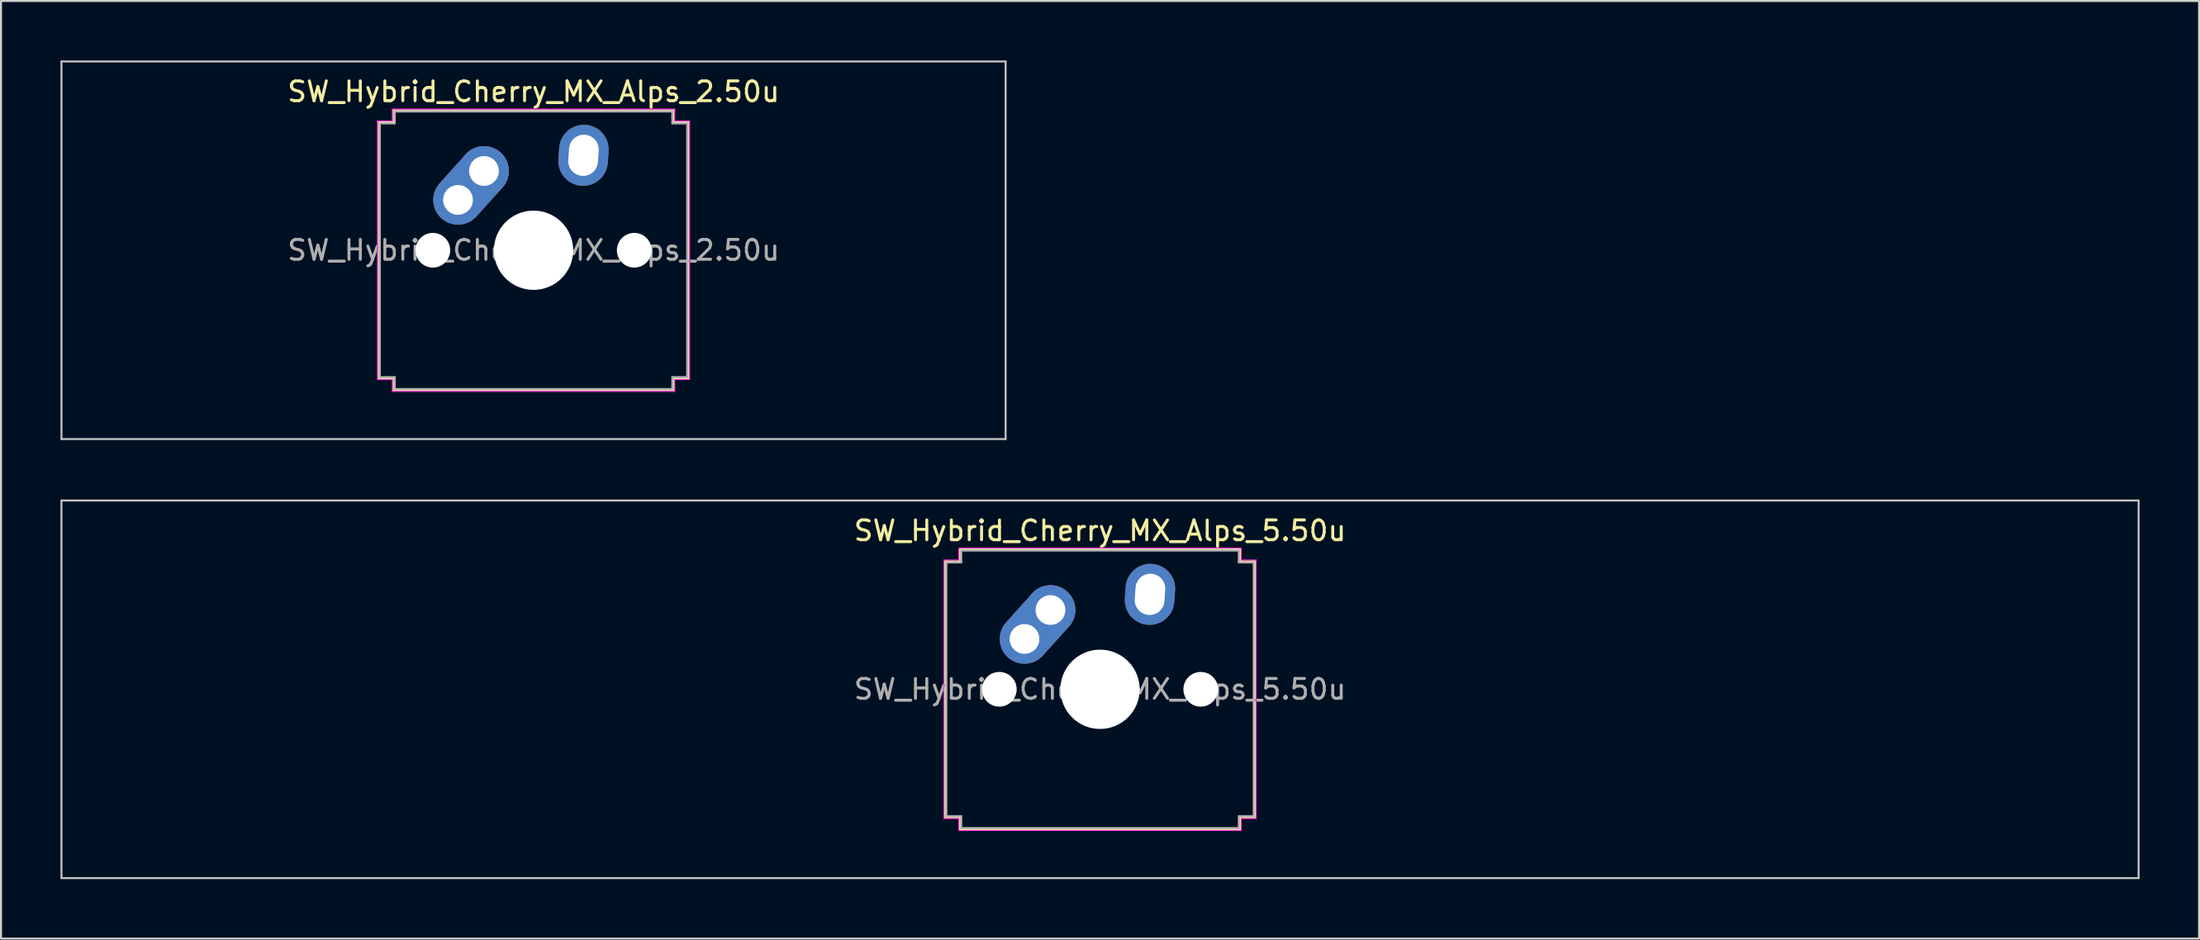
<source format=kicad_pcb>
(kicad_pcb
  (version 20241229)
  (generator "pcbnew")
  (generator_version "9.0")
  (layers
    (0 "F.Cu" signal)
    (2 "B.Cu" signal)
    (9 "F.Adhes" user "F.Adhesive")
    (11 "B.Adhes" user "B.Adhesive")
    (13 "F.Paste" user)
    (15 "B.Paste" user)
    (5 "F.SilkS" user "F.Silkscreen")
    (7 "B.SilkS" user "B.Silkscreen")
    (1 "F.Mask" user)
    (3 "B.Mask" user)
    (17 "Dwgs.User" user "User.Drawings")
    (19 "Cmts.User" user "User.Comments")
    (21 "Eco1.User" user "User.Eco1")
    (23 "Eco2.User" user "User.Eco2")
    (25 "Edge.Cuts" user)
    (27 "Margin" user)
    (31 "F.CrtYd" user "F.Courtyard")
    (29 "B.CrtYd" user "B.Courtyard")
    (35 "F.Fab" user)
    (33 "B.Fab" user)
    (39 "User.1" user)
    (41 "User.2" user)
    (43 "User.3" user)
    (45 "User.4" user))
  (footprint "SW_Hybrid_Cherry_MX_Alps_2.50u"
    (layer "F.Cu")
    (at 23.863 9.575)
    (property "Reference" "SW_Hybrid_Cherry_MX_Alps_2.50u" (at 0 -8 0) (layer "F.SilkS") (effects (font (size 1 1) (thickness 0.15))))
    (attr through_hole)
    (fp_line (start -7.8 -6.45) (end -7.05 -6.45) (stroke (width 0.12) (type solid)) (layer "F.SilkS"))
    (fp_line (start -7.8 6.45) (end -7.8 -6.45) (stroke (width 0.12) (type solid)) (layer "F.SilkS"))
    (fp_line (start -7.05 -7.05) (end 7.05 -7.05) (stroke (width 0.12) (type solid)) (layer "F.SilkS"))
    (fp_line (start -7.05 -6.45) (end -7.05 -7.05) (stroke (width 0.12) (type solid)) (layer "F.SilkS"))
    (fp_line (start -7.05 6.45) (end -7.8 6.45) (stroke (width 0.12) (type solid)) (layer "F.SilkS"))
    (fp_line (start -7.05 7.05) (end -7.05 6.45) (stroke (width 0.12) (type solid)) (layer "F.SilkS"))
    (fp_line (start 7.05 -7.05) (end 7.05 -6.45) (stroke (width 0.12) (type solid)) (layer "F.SilkS"))
    (fp_line (start 7.05 -6.45) (end 7.8 -6.45) (stroke (width 0.12) (type solid)) (layer "F.SilkS"))
    (fp_line (start 7.05 6.45) (end 7.05 7.05) (stroke (width 0.12) (type solid)) (layer "F.SilkS"))
    (fp_line (start 7.05 7.05) (end -7.05 7.05) (stroke (width 0.12) (type solid)) (layer "F.SilkS"))
    (fp_line (start 7.8 -6.45) (end 7.8 6.45) (stroke (width 0.12) (type solid)) (layer "F.SilkS"))
    (fp_line (start 7.8 6.45) (end 7.05 6.45) (stroke (width 0.12) (type solid)) (layer "F.SilkS"))
    (fp_line (start -23.812 -9.525) (end -23.812 9.525) (stroke (width 0.1) (type solid)) (layer "Dwgs.User"))
    (fp_line (start -23.812 9.525) (end 23.812 9.525) (stroke (width 0.1) (type solid)) (layer "Dwgs.User"))
    (fp_line (start 23.812 -9.525) (end -23.812 -9.525) (stroke (width 0.1) (type solid)) (layer "Dwgs.User"))
    (fp_line (start 23.812 9.525) (end 23.812 -9.525) (stroke (width 0.1) (type solid)) (layer "Dwgs.User"))
    (fp_line (start -7.875 -6.525) (end -7.125 -6.525) (stroke (width 0.05) (type solid)) (layer "F.CrtYd"))
    (fp_line (start -7.875 6.525) (end -7.875 -6.525) (stroke (width 0.05) (type solid)) (layer "F.CrtYd"))
    (fp_line (start -7.125 -7.125) (end 7.125 -7.125) (stroke (width 0.05) (type solid)) (layer "F.CrtYd"))
    (fp_line (start -7.125 -6.525) (end -7.125 -7.125) (stroke (width 0.05) (type solid)) (layer "F.CrtYd"))
    (fp_line (start -7.125 6.525) (end -7.875 6.525) (stroke (width 0.05) (type solid)) (layer "F.CrtYd"))
    (fp_line (start -7.125 7.125) (end -7.125 6.525) (stroke (width 0.05) (type solid)) (layer "F.CrtYd"))
    (fp_line (start 7.125 -7.125) (end 7.125 -6.525) (stroke (width 0.05) (type solid)) (layer "F.CrtYd"))
    (fp_line (start 7.125 -6.525) (end 7.875 -6.525) (stroke (width 0.05) (type solid)) (layer "F.CrtYd"))
    (fp_line (start 7.125 6.525) (end 7.125 7.125) (stroke (width 0.05) (type solid)) (layer "F.CrtYd"))
    (fp_line (start 7.125 7.125) (end -7.125 7.125) (stroke (width 0.05) (type solid)) (layer "F.CrtYd"))
    (fp_line (start 7.875 -6.525) (end 7.875 6.525) (stroke (width 0.05) (type solid)) (layer "F.CrtYd"))
    (fp_line (start 7.875 6.525) (end 7.125 6.525) (stroke (width 0.05) (type solid)) (layer "F.CrtYd"))
    (fp_line (start -7.75 -6.4) (end -7 -6.4) (stroke (width 0.1) (type solid)) (layer "F.Fab"))
    (fp_line (start -7.75 6.4) (end -7.75 -6.4) (stroke (width 0.1) (type solid)) (layer "F.Fab"))
    (fp_line (start -7 -7) (end 7 -7) (stroke (width 0.1) (type solid)) (layer "F.Fab"))
    (fp_line (start -7 -6.4) (end -7 -7) (stroke (width 0.1) (type solid)) (layer "F.Fab"))
    (fp_line (start -7 6.4) (end -7.75 6.4) (stroke (width 0.1) (type solid)) (layer "F.Fab"))
    (fp_line (start -7 7) (end -7 6.4) (stroke (width 0.1) (type solid)) (layer "F.Fab"))
    (fp_line (start 7 -7) (end 7 -6.4) (stroke (width 0.1) (type solid)) (layer "F.Fab"))
    (fp_line (start 7 -6.4) (end 7.75 -6.4) (stroke (width 0.1) (type solid)) (layer "F.Fab"))
    (fp_line (start 7 6.4) (end 7 7) (stroke (width 0.1) (type solid)) (layer "F.Fab"))
    (fp_line (start 7 7) (end -7 7) (stroke (width 0.1) (type solid)) (layer "F.Fab"))
    (fp_line (start 7.75 -6.4) (end 7.75 6.4) (stroke (width 0.1) (type solid)) (layer "F.Fab"))
    (fp_line (start 7.75 6.4) (end 7 6.4) (stroke (width 0.1) (type solid)) (layer "F.Fab"))
    (fp_text user "${REFERENCE}" (at 0 0 0) (layer "F.Fab") (effects (font (size 1 1) (thickness 0.15))))
    (pad "" np_thru_hole circle (at -5.08 0) (size 1.75 1.75) (drill 1.75) (layers "*.Cu" "*.Mask"))
    (pad "" np_thru_hole circle (at 0 0) (size 4 4) (drill 4) (layers "*.Cu" "*.Mask"))
    (pad "" np_thru_hole circle (at 5.08 0) (size 1.75 1.75) (drill 1.75) (layers "*.Cu" "*.Mask"))
    (pad "1" thru_hole oval (at 2.52 -4.79 86) (size 3.081 2.5) (drill oval 2.081 1.5) (layers "*.Cu" "B.Mask"))
    (pad "2" thru_hole oval (at -3.81 -2.54 48) (size 4.462 2.5) (drill 1.5 (offset 0.981 0)) (layers "*.Cu" "B.Mask"))
    (pad "2" thru_hole circle (at -2.5 -4) (size 2.5 2.5) (drill 1.5) (layers "*.Cu" "B.Mask")))
  (footprint "SW_Hybrid_Cherry_MX_Alps_5.50u"
    (layer "F.Cu")
    (at 52.438 31.725)
    (property "Reference" "SW_Hybrid_Cherry_MX_Alps_5.50u" (at 0 -8 0) (layer "F.SilkS") (effects (font (size 1 1) (thickness 0.15))))
    (attr through_hole)
    (fp_line (start -7.8 -6.45) (end -7.05 -6.45) (stroke (width 0.12) (type solid)) (layer "F.SilkS"))
    (fp_line (start -7.8 6.45) (end -7.8 -6.45) (stroke (width 0.12) (type solid)) (layer "F.SilkS"))
    (fp_line (start -7.05 -7.05) (end 7.05 -7.05) (stroke (width 0.12) (type solid)) (layer "F.SilkS"))
    (fp_line (start -7.05 -6.45) (end -7.05 -7.05) (stroke (width 0.12) (type solid)) (layer "F.SilkS"))
    (fp_line (start -7.05 6.45) (end -7.8 6.45) (stroke (width 0.12) (type solid)) (layer "F.SilkS"))
    (fp_line (start -7.05 7.05) (end -7.05 6.45) (stroke (width 0.12) (type solid)) (layer "F.SilkS"))
    (fp_line (start 7.05 -7.05) (end 7.05 -6.45) (stroke (width 0.12) (type solid)) (layer "F.SilkS"))
    (fp_line (start 7.05 -6.45) (end 7.8 -6.45) (stroke (width 0.12) (type solid)) (layer "F.SilkS"))
    (fp_line (start 7.05 6.45) (end 7.05 7.05) (stroke (width 0.12) (type solid)) (layer "F.SilkS"))
    (fp_line (start 7.05 7.05) (end -7.05 7.05) (stroke (width 0.12) (type solid)) (layer "F.SilkS"))
    (fp_line (start 7.8 -6.45) (end 7.8 6.45) (stroke (width 0.12) (type solid)) (layer "F.SilkS"))
    (fp_line (start 7.8 6.45) (end 7.05 6.45) (stroke (width 0.12) (type solid)) (layer "F.SilkS"))
    (fp_line (start -52.388 -9.525) (end -52.388 9.525) (stroke (width 0.1) (type solid)) (layer "Dwgs.User"))
    (fp_line (start -52.388 9.525) (end 52.388 9.525) (stroke (width 0.1) (type solid)) (layer "Dwgs.User"))
    (fp_line (start 52.388 -9.525) (end -52.388 -9.525) (stroke (width 0.1) (type solid)) (layer "Dwgs.User"))
    (fp_line (start 52.388 9.525) (end 52.388 -9.525) (stroke (width 0.1) (type solid)) (layer "Dwgs.User"))
    (fp_line (start -7.875 -6.525) (end -7.125 -6.525) (stroke (width 0.05) (type solid)) (layer "F.CrtYd"))
    (fp_line (start -7.875 6.525) (end -7.875 -6.525) (stroke (width 0.05) (type solid)) (layer "F.CrtYd"))
    (fp_line (start -7.125 -7.125) (end 7.125 -7.125) (stroke (width 0.05) (type solid)) (layer "F.CrtYd"))
    (fp_line (start -7.125 -6.525) (end -7.125 -7.125) (stroke (width 0.05) (type solid)) (layer "F.CrtYd"))
    (fp_line (start -7.125 6.525) (end -7.875 6.525) (stroke (width 0.05) (type solid)) (layer "F.CrtYd"))
    (fp_line (start -7.125 7.125) (end -7.125 6.525) (stroke (width 0.05) (type solid)) (layer "F.CrtYd"))
    (fp_line (start 7.125 -7.125) (end 7.125 -6.525) (stroke (width 0.05) (type solid)) (layer "F.CrtYd"))
    (fp_line (start 7.125 -6.525) (end 7.875 -6.525) (stroke (width 0.05) (type solid)) (layer "F.CrtYd"))
    (fp_line (start 7.125 6.525) (end 7.125 7.125) (stroke (width 0.05) (type solid)) (layer "F.CrtYd"))
    (fp_line (start 7.125 7.125) (end -7.125 7.125) (stroke (width 0.05) (type solid)) (layer "F.CrtYd"))
    (fp_line (start 7.875 -6.525) (end 7.875 6.525) (stroke (width 0.05) (type solid)) (layer "F.CrtYd"))
    (fp_line (start 7.875 6.525) (end 7.125 6.525) (stroke (width 0.05) (type solid)) (layer "F.CrtYd"))
    (fp_line (start -7.75 -6.4) (end -7 -6.4) (stroke (width 0.1) (type solid)) (layer "F.Fab"))
    (fp_line (start -7.75 6.4) (end -7.75 -6.4) (stroke (width 0.1) (type solid)) (layer "F.Fab"))
    (fp_line (start -7 -7) (end 7 -7) (stroke (width 0.1) (type solid)) (layer "F.Fab"))
    (fp_line (start -7 -6.4) (end -7 -7) (stroke (width 0.1) (type solid)) (layer "F.Fab"))
    (fp_line (start -7 6.4) (end -7.75 6.4) (stroke (width 0.1) (type solid)) (layer "F.Fab"))
    (fp_line (start -7 7) (end -7 6.4) (stroke (width 0.1) (type solid)) (layer "F.Fab"))
    (fp_line (start 7 -7) (end 7 -6.4) (stroke (width 0.1) (type solid)) (layer "F.Fab"))
    (fp_line (start 7 -6.4) (end 7.75 -6.4) (stroke (width 0.1) (type solid)) (layer "F.Fab"))
    (fp_line (start 7 6.4) (end 7 7) (stroke (width 0.1) (type solid)) (layer "F.Fab"))
    (fp_line (start 7 7) (end -7 7) (stroke (width 0.1) (type solid)) (layer "F.Fab"))
    (fp_line (start 7.75 -6.4) (end 7.75 6.4) (stroke (width 0.1) (type solid)) (layer "F.Fab"))
    (fp_line (start 7.75 6.4) (end 7 6.4) (stroke (width 0.1) (type solid)) (layer "F.Fab"))
    (fp_text user "${REFERENCE}" (at 0 0 0) (layer "F.Fab") (effects (font (size 1 1) (thickness 0.15))))
    (pad "" np_thru_hole circle (at -5.08 0) (size 1.75 1.75) (drill 1.75) (layers "*.Cu" "*.Mask"))
    (pad "" np_thru_hole circle (at 0 0) (size 4 4) (drill 4) (layers "*.Cu" "*.Mask"))
    (pad "" np_thru_hole circle (at 5.08 0) (size 1.75 1.75) (drill 1.75) (layers "*.Cu" "*.Mask"))
    (pad "1" thru_hole oval (at 2.52 -4.79 86) (size 3.081 2.5) (drill oval 2.081 1.5) (layers "*.Cu" "B.Mask"))
    (pad "2" thru_hole oval (at -3.81 -2.54 48) (size 4.462 2.5) (drill 1.5 (offset 0.981 0)) (layers "*.Cu" "B.Mask"))
    (pad "2" thru_hole circle (at -2.5 -4) (size 2.5 2.5) (drill 1.5) (layers "*.Cu" "B.Mask")))
  (gr_rect
    (start -3 -3)
    (end 107.875 44.3)
    (stroke (width 0.1) (type default))
    (fill no)
    (layer "Edge.Cuts")))
</source>
